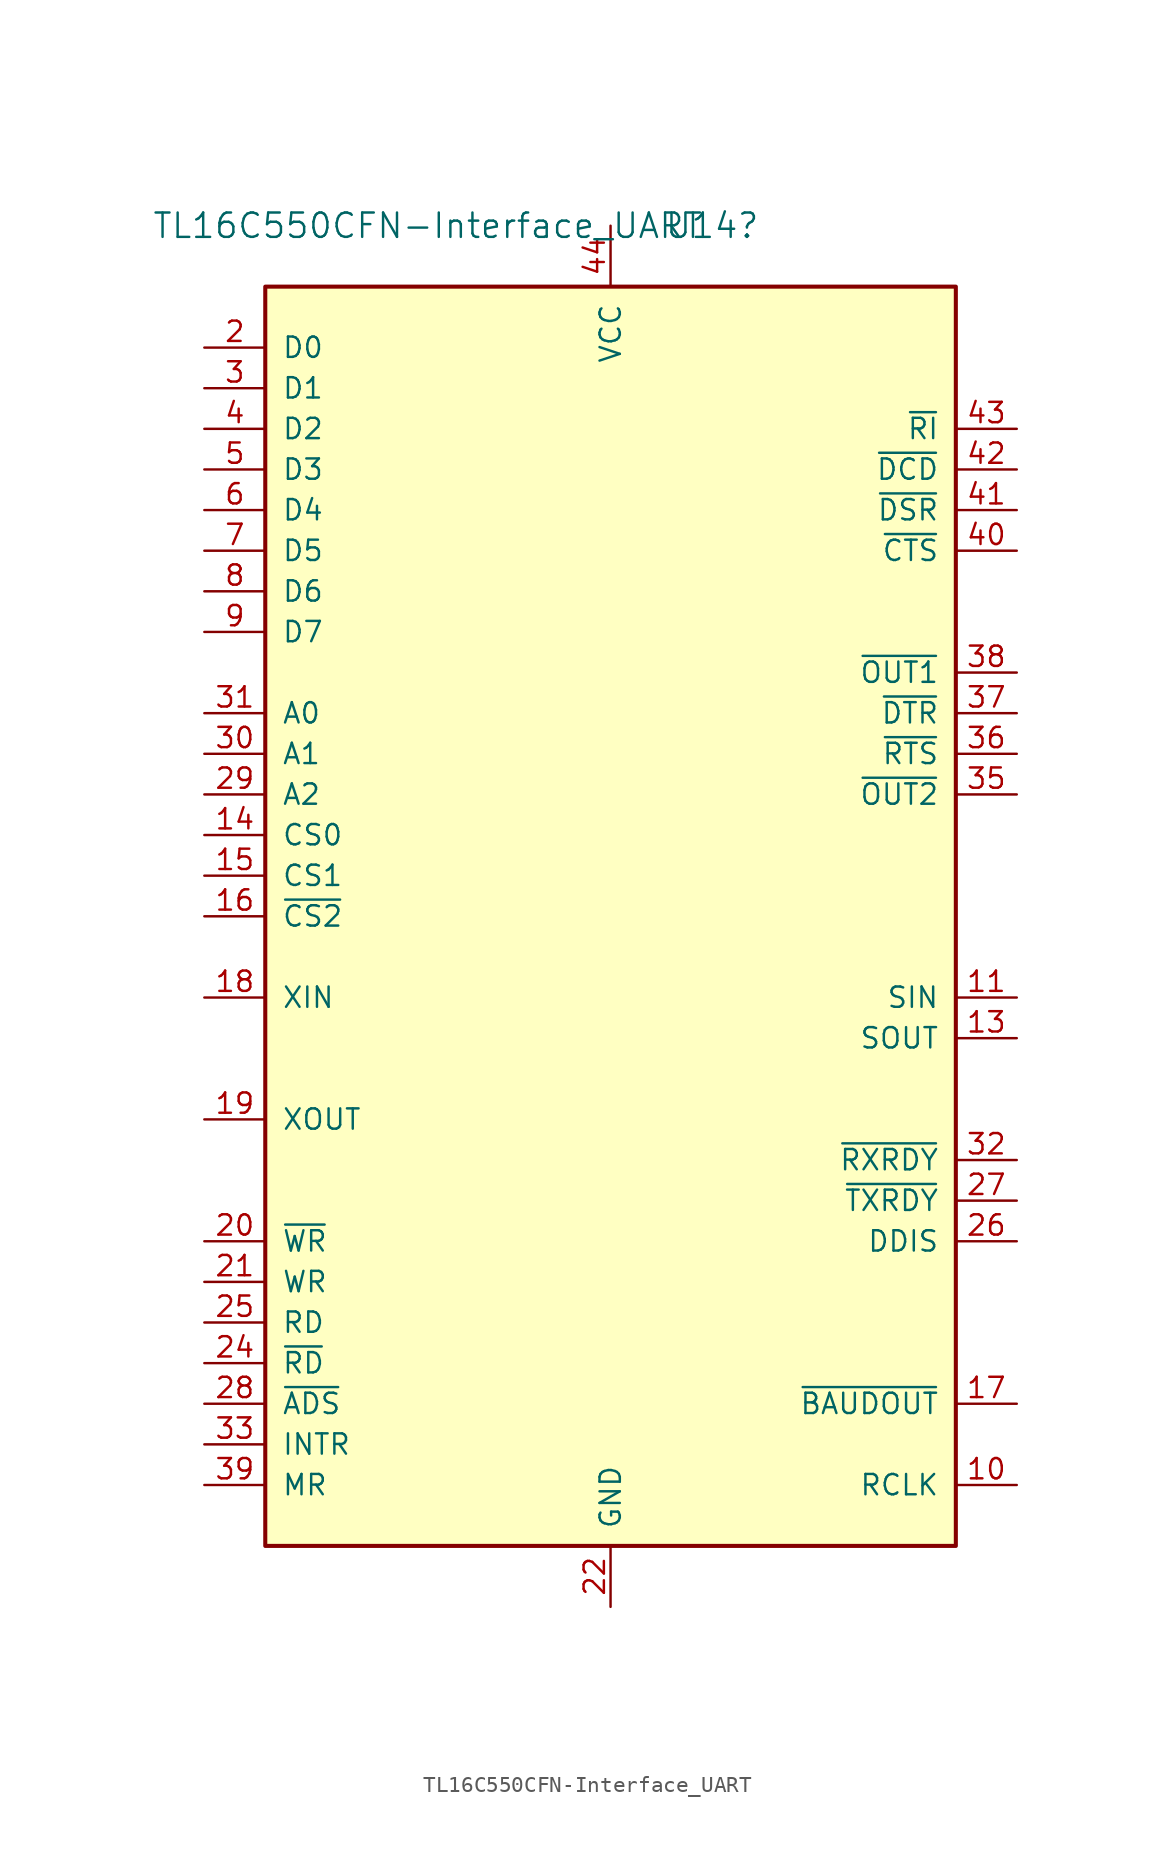
<source format=kicad_sym>
(kicad_symbol_lib
  (version 20211014)
  (generator kicad_symbol_editor)
  (symbol "TL16C550CFN-Interface_UART"
    (pin_names
      (offset 1.016))
    (property "Reference" "U14"
      (at 6.35 43.18 0)
      (effects (font (size 1.524 1.524))))
    (property "Value" "TL16C550CFN-Interface_UART"
      (at -11.43 43.18 0)
      (effects (font (size 1.524 1.524))))
    (symbol "TL16C550CFN-Interface_UART_1_1"
      (rectangle (start -21.59 -39.37) (end 21.59 39.37) (stroke (width 0.254) (type default) (color 0 0 0 0)) (fill (type background)))
      (pin no_connect line (at -13.97 -44.45 90) (length 5.08) hide (name "nc" (effects (font (size 1.27 1.27)))) (number "1" (effects (font (size 1.27 1.27)))))
      (pin input line (at 25.4 -35.56 180) (length 3.81) (name "RCLK" (effects (font (size 1.27 1.27)))) (number "10" (effects (font (size 1.27 1.27)))))
      (pin input line (at 25.4 -5.08 180) (length 3.81) (name "SIN" (effects (font (size 1.27 1.27)))) (number "11" (effects (font (size 1.27 1.27)))))
      (pin no_connect line (at -11.43 -44.45 90) (length 5.08) hide (name "nc" (effects (font (size 1.27 1.27)))) (number "12" (effects (font (size 1.27 1.27)))))
      (pin output line (at 25.4 -7.62 180) (length 3.81) (name "SOUT" (effects (font (size 1.27 1.27)))) (number "13" (effects (font (size 1.27 1.27)))))
      (pin input line (at -25.4 5.08 0) (length 3.81) (name "CS0" (effects (font (size 1.27 1.27)))) (number "14" (effects (font (size 1.27 1.27)))))
      (pin input line (at -25.4 2.54 0) (length 3.81) (name "CS1" (effects (font (size 1.27 1.27)))) (number "15" (effects (font (size 1.27 1.27)))))
      (pin input line (at -25.4 0 0) (length 3.81) (name "~{CS2}" (effects (font (size 1.27 1.27)))) (number "16" (effects (font (size 1.27 1.27)))))
      (pin output line (at 25.4 -30.48 180) (length 3.81) (name "~{BAUDOUT}" (effects (font (size 1.27 1.27)))) (number "17" (effects (font (size 1.27 1.27)))))
      (pin input line (at -25.4 -5.08 0) (length 3.81) (name "XIN" (effects (font (size 1.27 1.27)))) (number "18" (effects (font (size 1.27 1.27)))))
      (pin output line (at -25.4 -12.7 0) (length 3.81) (name "XOUT" (effects (font (size 1.27 1.27)))) (number "19" (effects (font (size 1.27 1.27)))))
      (pin bidirectional line (at -25.4 35.56 0) (length 3.81) (name "D0" (effects (font (size 1.27 1.27)))) (number "2" (effects (font (size 1.27 1.27)))))
      (pin input line (at -25.4 -20.32 0) (length 3.81) (name "~{WR}" (effects (font (size 1.27 1.27)))) (number "20" (effects (font (size 1.27 1.27)))))
      (pin input line (at -25.4 -22.86 0) (length 3.81) (name "WR" (effects (font (size 1.27 1.27)))) (number "21" (effects (font (size 1.27 1.27)))))
      (pin power_in line (at 0 -43.18 90) (length 3.81) (name "GND" (effects (font (size 1.27 1.27)))) (number "22" (effects (font (size 1.27 1.27)))))
      (pin no_connect line (at -8.89 -44.45 90) (length 5.08) hide (name "nc" (effects (font (size 1.27 1.27)))) (number "23" (effects (font (size 1.27 1.27)))))
      (pin input line (at -25.4 -27.94 0) (length 3.81) (name "~{RD}" (effects (font (size 1.27 1.27)))) (number "24" (effects (font (size 1.27 1.27)))))
      (pin input line (at -25.4 -25.4 0) (length 3.81) (name "RD" (effects (font (size 1.27 1.27)))) (number "25" (effects (font (size 1.27 1.27)))))
      (pin output line (at 25.4 -20.32 180) (length 3.81) (name "DDIS" (effects (font (size 1.27 1.27)))) (number "26" (effects (font (size 1.27 1.27)))))
      (pin output line (at 25.4 -17.78 180) (length 3.81) (name "~{TXRDY}" (effects (font (size 1.27 1.27)))) (number "27" (effects (font (size 1.27 1.27)))))
      (pin input line (at -25.4 -30.48 0) (length 3.81) (name "~{ADS}" (effects (font (size 1.27 1.27)))) (number "28" (effects (font (size 1.27 1.27)))))
      (pin input line (at -25.4 7.62 0) (length 3.81) (name "A2" (effects (font (size 1.27 1.27)))) (number "29" (effects (font (size 1.27 1.27)))))
      (pin bidirectional line (at -25.4 33.02 0) (length 3.81) (name "D1" (effects (font (size 1.27 1.27)))) (number "3" (effects (font (size 1.27 1.27)))))
      (pin input line (at -25.4 10.16 0) (length 3.81) (name "A1" (effects (font (size 1.27 1.27)))) (number "30" (effects (font (size 1.27 1.27)))))
      (pin input line (at -25.4 12.7 0) (length 3.81) (name "A0" (effects (font (size 1.27 1.27)))) (number "31" (effects (font (size 1.27 1.27)))))
      (pin output line (at 25.4 -15.24 180) (length 3.81) (name "~{RXRDY}" (effects (font (size 1.27 1.27)))) (number "32" (effects (font (size 1.27 1.27)))))
      (pin output line (at -25.4 -33.02 0) (length 3.81) (name "INTR" (effects (font (size 1.27 1.27)))) (number "33" (effects (font (size 1.27 1.27)))))
      (pin no_connect line (at -6.35 -44.45 90) (length 5.08) hide (name "nc" (effects (font (size 1.27 1.27)))) (number "34" (effects (font (size 1.27 1.27)))))
      (pin output line (at 25.4 7.62 180) (length 3.81) (name "~{OUT2}" (effects (font (size 1.27 1.27)))) (number "35" (effects (font (size 1.27 1.27)))))
      (pin output line (at 25.4 10.16 180) (length 3.81) (name "~{RTS}" (effects (font (size 1.27 1.27)))) (number "36" (effects (font (size 1.27 1.27)))))
      (pin output line (at 25.4 12.7 180) (length 3.81) (name "~{DTR}" (effects (font (size 1.27 1.27)))) (number "37" (effects (font (size 1.27 1.27)))))
      (pin output line (at 25.4 15.24 180) (length 3.81) (name "~{OUT1}" (effects (font (size 1.27 1.27)))) (number "38" (effects (font (size 1.27 1.27)))))
      (pin input line (at -25.4 -35.56 0) (length 3.81) (name "MR" (effects (font (size 1.27 1.27)))) (number "39" (effects (font (size 1.27 1.27)))))
      (pin bidirectional line (at -25.4 30.48 0) (length 3.81) (name "D2" (effects (font (size 1.27 1.27)))) (number "4" (effects (font (size 1.27 1.27)))))
      (pin input line (at 25.4 22.86 180) (length 3.81) (name "~{CTS}" (effects (font (size 1.27 1.27)))) (number "40" (effects (font (size 1.27 1.27)))))
      (pin input line (at 25.4 25.4 180) (length 3.81) (name "~{DSR}" (effects (font (size 1.27 1.27)))) (number "41" (effects (font (size 1.27 1.27)))))
      (pin input line (at 25.4 27.94 180) (length 3.81) (name "~{DCD}" (effects (font (size 1.27 1.27)))) (number "42" (effects (font (size 1.27 1.27)))))
      (pin input line (at 25.4 30.48 180) (length 3.81) (name "~{RI}" (effects (font (size 1.27 1.27)))) (number "43" (effects (font (size 1.27 1.27)))))
      (pin power_in line (at 0 43.18 270) (length 3.81) (name "VCC" (effects (font (size 1.27 1.27)))) (number "44" (effects (font (size 1.27 1.27)))))
      (pin bidirectional line (at -25.4 27.94 0) (length 3.81) (name "D3" (effects (font (size 1.27 1.27)))) (number "5" (effects (font (size 1.27 1.27)))))
      (pin bidirectional line (at -25.4 25.4 0) (length 3.81) (name "D4" (effects (font (size 1.27 1.27)))) (number "6" (effects (font (size 1.27 1.27)))))
      (pin bidirectional line (at -25.4 22.86 0) (length 3.81) (name "D5" (effects (font (size 1.27 1.27)))) (number "7" (effects (font (size 1.27 1.27)))))
      (pin bidirectional line (at -25.4 20.32 0) (length 3.81) (name "D6" (effects (font (size 1.27 1.27)))) (number "8" (effects (font (size 1.27 1.27)))))
      (pin bidirectional line (at -25.4 17.78 0) (length 3.81) (name "D7" (effects (font (size 1.27 1.27)))) (number "9" (effects (font (size 1.27 1.27))))))))
</source>
